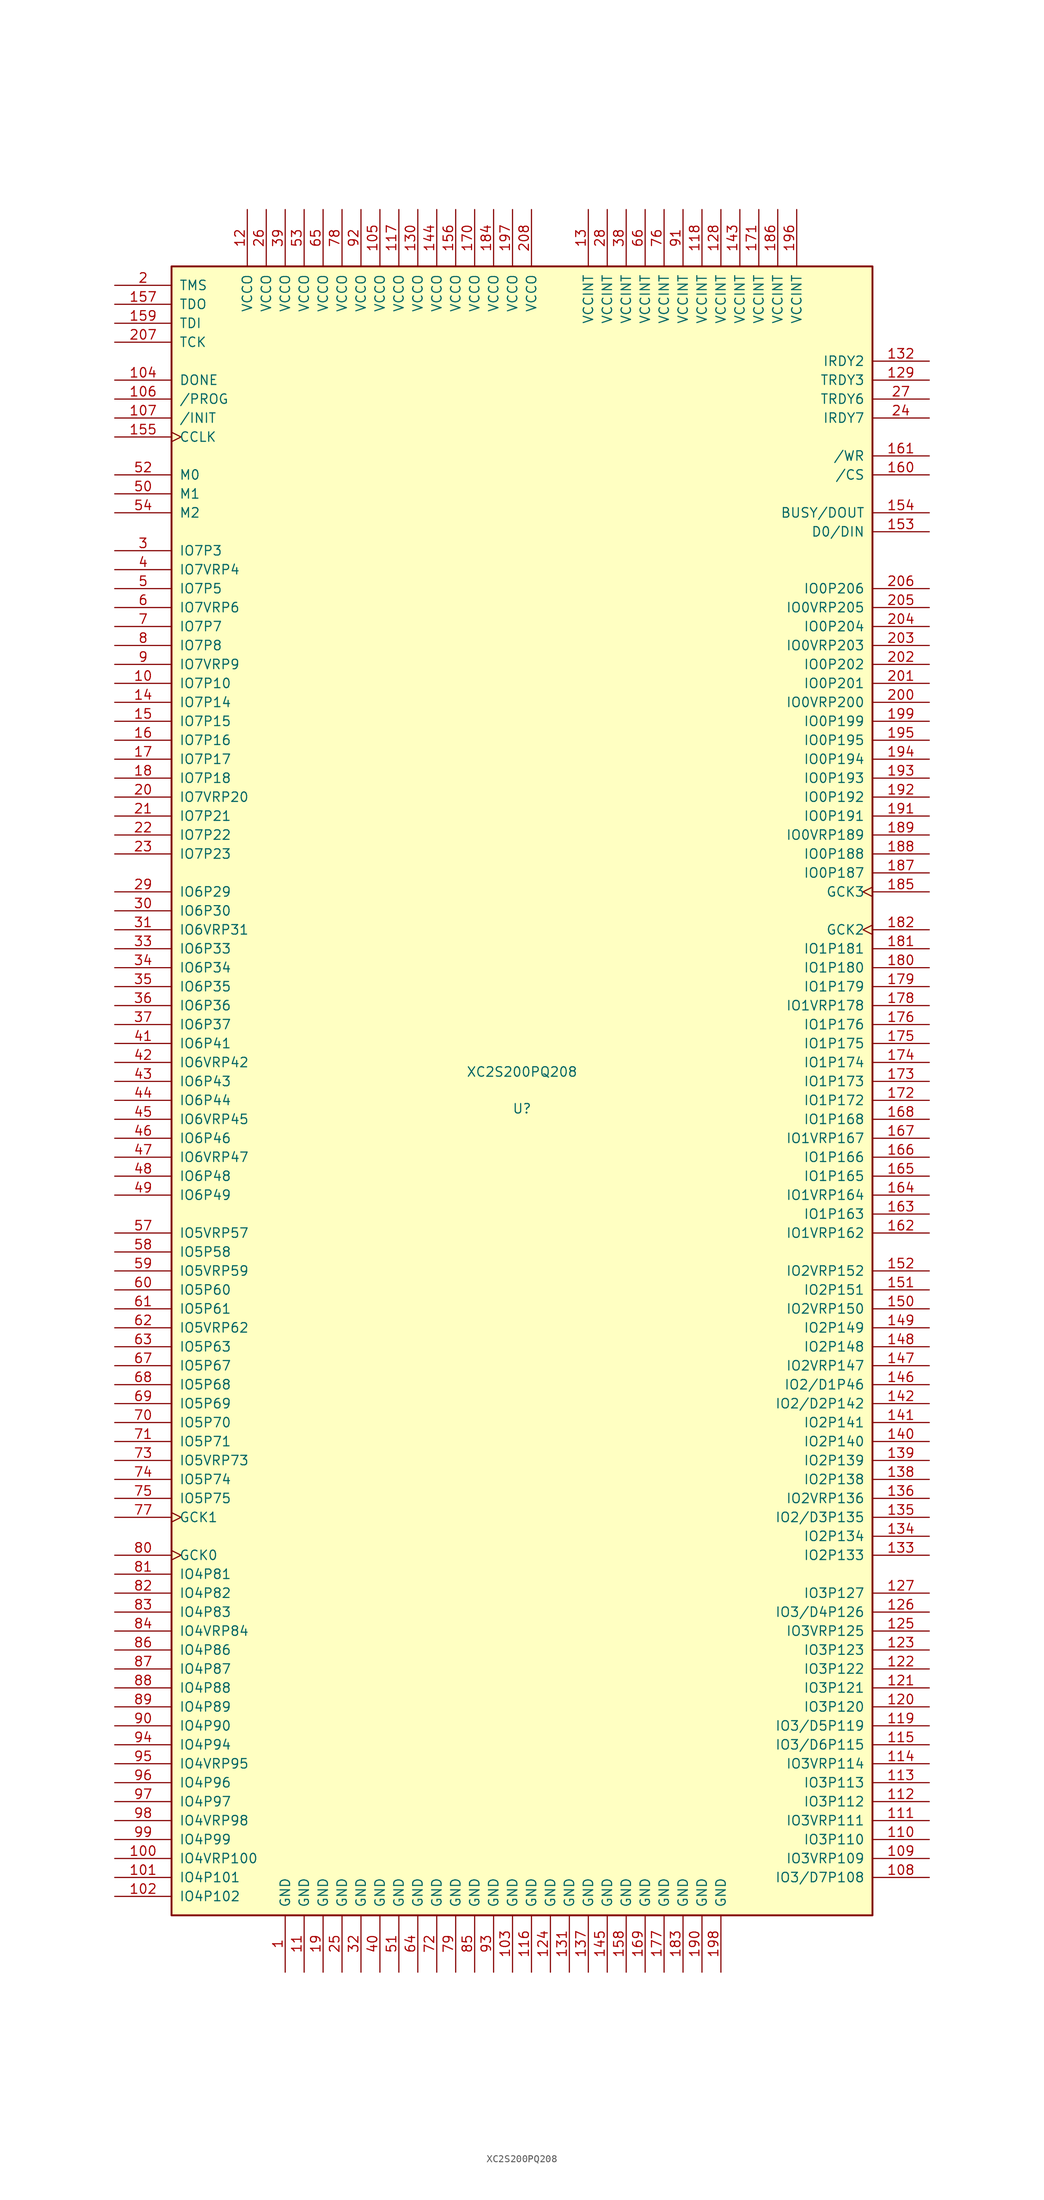
<source format=kicad_sym>
(kicad_symbol_lib
  (version 20201005)
  (generator kicad_symbol_editor)
  (symbol "FPGA_Xilinx:XC2S200PQ208"
    (pin_names
      (offset 1.016))
    (property "Reference" "U"
      (at 0 -2.388 0)
      (effects (font (size 1.27 1.27))))
    (property "Value" "XC2S200PQ208"
      (at 0 2.54 0)
      (effects (font (size 1.27 1.27))))
    (symbol "XC2S200PQ208_0_1"
      (rectangle (start -46.99 110.49) (end 46.99 -110.49) (stroke (width 0.254)) (fill (type background))))
    (symbol "XC2S200PQ208_1_1"
      (pin passive line (at -31.75 -118.11 90) (length 7.62) (name "GND" (effects (font (size 1.27 1.27)))) (number "1" (effects (font (size 1.27 1.27)))))
      (pin bidirectional line (at -54.61 54.61 0) (length 7.62) (name "IO7P10" (effects (font (size 1.27 1.27)))) (number "10" (effects (font (size 1.27 1.27)))))
      (pin bidirectional line (at -54.61 -102.87 0) (length 7.62) (name "IO4VRP100" (effects (font (size 1.27 1.27)))) (number "100" (effects (font (size 1.27 1.27)))))
      (pin bidirectional line (at -54.61 -105.41 0) (length 7.62) (name "IO4P101" (effects (font (size 1.27 1.27)))) (number "101" (effects (font (size 1.27 1.27)))))
      (pin bidirectional line (at -54.61 -107.95 0) (length 7.62) (name "IO4P102" (effects (font (size 1.27 1.27)))) (number "102" (effects (font (size 1.27 1.27)))))
      (pin passive line (at -1.27 -118.11 90) (length 7.62) (name "GND" (effects (font (size 1.27 1.27)))) (number "103" (effects (font (size 1.27 1.27)))))
      (pin bidirectional line (at -54.61 95.25 0) (length 7.62) (name "DONE" (effects (font (size 1.27 1.27)))) (number "104" (effects (font (size 1.27 1.27)))))
      (pin passive line (at -19.05 118.11 270) (length 7.62) (name "VCCO" (effects (font (size 1.27 1.27)))) (number "105" (effects (font (size 1.27 1.27)))))
      (pin input line (at -54.61 92.71 0) (length 7.62) (name "/PROG" (effects (font (size 1.27 1.27)))) (number "106" (effects (font (size 1.27 1.27)))))
      (pin bidirectional line (at -54.61 90.17 0) (length 7.62) (name "/INIT" (effects (font (size 1.27 1.27)))) (number "107" (effects (font (size 1.27 1.27)))))
      (pin bidirectional line (at 54.61 -105.41 180) (length 7.62) (name "IO3/D7P108" (effects (font (size 1.27 1.27)))) (number "108" (effects (font (size 1.27 1.27)))))
      (pin bidirectional line (at 54.61 -102.87 180) (length 7.62) (name "IO3VRP109" (effects (font (size 1.27 1.27)))) (number "109" (effects (font (size 1.27 1.27)))))
      (pin passive line (at -29.21 -118.11 90) (length 7.62) (name "GND" (effects (font (size 1.27 1.27)))) (number "11" (effects (font (size 1.27 1.27)))))
      (pin bidirectional line (at 54.61 -100.33 180) (length 7.62) (name "IO3P110" (effects (font (size 1.27 1.27)))) (number "110" (effects (font (size 1.27 1.27)))))
      (pin bidirectional line (at 54.61 -97.79 180) (length 7.62) (name "IO3VRP111" (effects (font (size 1.27 1.27)))) (number "111" (effects (font (size 1.27 1.27)))))
      (pin bidirectional line (at 54.61 -95.25 180) (length 7.62) (name "IO3P112" (effects (font (size 1.27 1.27)))) (number "112" (effects (font (size 1.27 1.27)))))
      (pin bidirectional line (at 54.61 -92.71 180) (length 7.62) (name "IO3P113" (effects (font (size 1.27 1.27)))) (number "113" (effects (font (size 1.27 1.27)))))
      (pin bidirectional line (at 54.61 -90.17 180) (length 7.62) (name "IO3VRP114" (effects (font (size 1.27 1.27)))) (number "114" (effects (font (size 1.27 1.27)))))
      (pin bidirectional line (at 54.61 -87.63 180) (length 7.62) (name "IO3/D6P115" (effects (font (size 1.27 1.27)))) (number "115" (effects (font (size 1.27 1.27)))))
      (pin passive line (at 1.27 -118.11 90) (length 7.62) (name "GND" (effects (font (size 1.27 1.27)))) (number "116" (effects (font (size 1.27 1.27)))))
      (pin passive line (at -16.51 118.11 270) (length 7.62) (name "VCCO" (effects (font (size 1.27 1.27)))) (number "117" (effects (font (size 1.27 1.27)))))
      (pin passive line (at 24.13 118.11 270) (length 7.62) (name "VCCINT" (effects (font (size 1.27 1.27)))) (number "118" (effects (font (size 1.27 1.27)))))
      (pin bidirectional line (at 54.61 -85.09 180) (length 7.62) (name "IO3/D5P119" (effects (font (size 1.27 1.27)))) (number "119" (effects (font (size 1.27 1.27)))))
      (pin passive line (at -36.83 118.11 270) (length 7.62) (name "VCCO" (effects (font (size 1.27 1.27)))) (number "12" (effects (font (size 1.27 1.27)))))
      (pin bidirectional line (at 54.61 -82.55 180) (length 7.62) (name "IO3P120" (effects (font (size 1.27 1.27)))) (number "120" (effects (font (size 1.27 1.27)))))
      (pin bidirectional line (at 54.61 -80.01 180) (length 7.62) (name "IO3P121" (effects (font (size 1.27 1.27)))) (number "121" (effects (font (size 1.27 1.27)))))
      (pin bidirectional line (at 54.61 -77.47 180) (length 7.62) (name "IO3P122" (effects (font (size 1.27 1.27)))) (number "122" (effects (font (size 1.27 1.27)))))
      (pin bidirectional line (at 54.61 -74.93 180) (length 7.62) (name "IO3P123" (effects (font (size 1.27 1.27)))) (number "123" (effects (font (size 1.27 1.27)))))
      (pin passive line (at 3.81 -118.11 90) (length 7.62) (name "GND" (effects (font (size 1.27 1.27)))) (number "124" (effects (font (size 1.27 1.27)))))
      (pin bidirectional line (at 54.61 -72.39 180) (length 7.62) (name "IO3VRP125" (effects (font (size 1.27 1.27)))) (number "125" (effects (font (size 1.27 1.27)))))
      (pin bidirectional line (at 54.61 -69.85 180) (length 7.62) (name "IO3/D4P126" (effects (font (size 1.27 1.27)))) (number "126" (effects (font (size 1.27 1.27)))))
      (pin bidirectional line (at 54.61 -67.31 180) (length 7.62) (name "IO3P127" (effects (font (size 1.27 1.27)))) (number "127" (effects (font (size 1.27 1.27)))))
      (pin passive line (at 26.67 118.11 270) (length 7.62) (name "VCCINT" (effects (font (size 1.27 1.27)))) (number "128" (effects (font (size 1.27 1.27)))))
      (pin bidirectional line (at 54.61 95.25 180) (length 7.62) (name "TRDY3" (effects (font (size 1.27 1.27)))) (number "129" (effects (font (size 1.27 1.27)))))
      (pin passive line (at 8.89 118.11 270) (length 7.62) (name "VCCINT" (effects (font (size 1.27 1.27)))) (number "13" (effects (font (size 1.27 1.27)))))
      (pin passive line (at -13.97 118.11 270) (length 7.62) (name "VCCO" (effects (font (size 1.27 1.27)))) (number "130" (effects (font (size 1.27 1.27)))))
      (pin passive line (at 6.35 -118.11 90) (length 7.62) (name "GND" (effects (font (size 1.27 1.27)))) (number "131" (effects (font (size 1.27 1.27)))))
      (pin bidirectional line (at 54.61 97.79 180) (length 7.62) (name "IRDY2" (effects (font (size 1.27 1.27)))) (number "132" (effects (font (size 1.27 1.27)))))
      (pin bidirectional line (at 54.61 -62.23 180) (length 7.62) (name "IO2P133" (effects (font (size 1.27 1.27)))) (number "133" (effects (font (size 1.27 1.27)))))
      (pin bidirectional line (at 54.61 -59.69 180) (length 7.62) (name "IO2P134" (effects (font (size 1.27 1.27)))) (number "134" (effects (font (size 1.27 1.27)))))
      (pin bidirectional line (at 54.61 -57.15 180) (length 7.62) (name "IO2/D3P135" (effects (font (size 1.27 1.27)))) (number "135" (effects (font (size 1.27 1.27)))))
      (pin bidirectional line (at 54.61 -54.61 180) (length 7.62) (name "IO2VRP136" (effects (font (size 1.27 1.27)))) (number "136" (effects (font (size 1.27 1.27)))))
      (pin passive line (at 8.89 -118.11 90) (length 7.62) (name "GND" (effects (font (size 1.27 1.27)))) (number "137" (effects (font (size 1.27 1.27)))))
      (pin bidirectional line (at 54.61 -52.07 180) (length 7.62) (name "IO2P138" (effects (font (size 1.27 1.27)))) (number "138" (effects (font (size 1.27 1.27)))))
      (pin bidirectional line (at 54.61 -49.53 180) (length 7.62) (name "IO2P139" (effects (font (size 1.27 1.27)))) (number "139" (effects (font (size 1.27 1.27)))))
      (pin bidirectional line (at -54.61 52.07 0) (length 7.62) (name "IO7P14" (effects (font (size 1.27 1.27)))) (number "14" (effects (font (size 1.27 1.27)))))
      (pin bidirectional line (at 54.61 -46.99 180) (length 7.62) (name "IO2P140" (effects (font (size 1.27 1.27)))) (number "140" (effects (font (size 1.27 1.27)))))
      (pin bidirectional line (at 54.61 -44.45 180) (length 7.62) (name "IO2P141" (effects (font (size 1.27 1.27)))) (number "141" (effects (font (size 1.27 1.27)))))
      (pin bidirectional line (at 54.61 -41.91 180) (length 7.62) (name "IO2/D2P142" (effects (font (size 1.27 1.27)))) (number "142" (effects (font (size 1.27 1.27)))))
      (pin passive line (at 29.21 118.11 270) (length 7.62) (name "VCCINT" (effects (font (size 1.27 1.27)))) (number "143" (effects (font (size 1.27 1.27)))))
      (pin passive line (at -11.43 118.11 270) (length 7.62) (name "VCCO" (effects (font (size 1.27 1.27)))) (number "144" (effects (font (size 1.27 1.27)))))
      (pin passive line (at 11.43 -118.11 90) (length 7.62) (name "GND" (effects (font (size 1.27 1.27)))) (number "145" (effects (font (size 1.27 1.27)))))
      (pin bidirectional line (at 54.61 -39.37 180) (length 7.62) (name "IO2/D1P46" (effects (font (size 1.27 1.27)))) (number "146" (effects (font (size 1.27 1.27)))))
      (pin bidirectional line (at 54.61 -36.83 180) (length 7.62) (name "IO2VRP147" (effects (font (size 1.27 1.27)))) (number "147" (effects (font (size 1.27 1.27)))))
      (pin bidirectional line (at 54.61 -34.29 180) (length 7.62) (name "IO2P148" (effects (font (size 1.27 1.27)))) (number "148" (effects (font (size 1.27 1.27)))))
      (pin bidirectional line (at 54.61 -31.75 180) (length 7.62) (name "IO2P149" (effects (font (size 1.27 1.27)))) (number "149" (effects (font (size 1.27 1.27)))))
      (pin bidirectional line (at -54.61 49.53 0) (length 7.62) (name "IO7P15" (effects (font (size 1.27 1.27)))) (number "15" (effects (font (size 1.27 1.27)))))
      (pin bidirectional line (at 54.61 -29.21 180) (length 7.62) (name "IO2VRP150" (effects (font (size 1.27 1.27)))) (number "150" (effects (font (size 1.27 1.27)))))
      (pin bidirectional line (at 54.61 -26.67 180) (length 7.62) (name "IO2P151" (effects (font (size 1.27 1.27)))) (number "151" (effects (font (size 1.27 1.27)))))
      (pin bidirectional line (at 54.61 -24.13 180) (length 7.62) (name "IO2VRP152" (effects (font (size 1.27 1.27)))) (number "152" (effects (font (size 1.27 1.27)))))
      (pin bidirectional line (at 54.61 74.93 180) (length 7.62) (name "D0/DIN" (effects (font (size 1.27 1.27)))) (number "153" (effects (font (size 1.27 1.27)))))
      (pin bidirectional line (at 54.61 77.47 180) (length 7.62) (name "BUSY/DOUT" (effects (font (size 1.27 1.27)))) (number "154" (effects (font (size 1.27 1.27)))))
      (pin bidirectional clock (at -54.61 87.63 0) (length 7.62) (name "CCLK" (effects (font (size 1.27 1.27)))) (number "155" (effects (font (size 1.27 1.27)))))
      (pin passive line (at -8.89 118.11 270) (length 7.62) (name "VCCO" (effects (font (size 1.27 1.27)))) (number "156" (effects (font (size 1.27 1.27)))))
      (pin bidirectional line (at -54.61 105.41 0) (length 7.62) (name "TDO" (effects (font (size 1.27 1.27)))) (number "157" (effects (font (size 1.27 1.27)))))
      (pin passive line (at 13.97 -118.11 90) (length 7.62) (name "GND" (effects (font (size 1.27 1.27)))) (number "158" (effects (font (size 1.27 1.27)))))
      (pin bidirectional line (at -54.61 102.87 0) (length 7.62) (name "TDI" (effects (font (size 1.27 1.27)))) (number "159" (effects (font (size 1.27 1.27)))))
      (pin bidirectional line (at -54.61 46.99 0) (length 7.62) (name "IO7P16" (effects (font (size 1.27 1.27)))) (number "16" (effects (font (size 1.27 1.27)))))
      (pin bidirectional line (at 54.61 82.55 180) (length 7.62) (name "/CS" (effects (font (size 1.27 1.27)))) (number "160" (effects (font (size 1.27 1.27)))))
      (pin bidirectional line (at 54.61 85.09 180) (length 7.62) (name "/WR" (effects (font (size 1.27 1.27)))) (number "161" (effects (font (size 1.27 1.27)))))
      (pin bidirectional line (at 54.61 -19.05 180) (length 7.62) (name "IO1VRP162" (effects (font (size 1.27 1.27)))) (number "162" (effects (font (size 1.27 1.27)))))
      (pin bidirectional line (at 54.61 -16.51 180) (length 7.62) (name "IO1P163" (effects (font (size 1.27 1.27)))) (number "163" (effects (font (size 1.27 1.27)))))
      (pin bidirectional line (at 54.61 -13.97 180) (length 7.62) (name "IO1VRP164" (effects (font (size 1.27 1.27)))) (number "164" (effects (font (size 1.27 1.27)))))
      (pin bidirectional line (at 54.61 -11.43 180) (length 7.62) (name "IO1P165" (effects (font (size 1.27 1.27)))) (number "165" (effects (font (size 1.27 1.27)))))
      (pin bidirectional line (at 54.61 -8.89 180) (length 7.62) (name "IO1P166" (effects (font (size 1.27 1.27)))) (number "166" (effects (font (size 1.27 1.27)))))
      (pin bidirectional line (at 54.61 -6.35 180) (length 7.62) (name "IO1VRP167" (effects (font (size 1.27 1.27)))) (number "167" (effects (font (size 1.27 1.27)))))
      (pin bidirectional line (at 54.61 -3.81 180) (length 7.62) (name "IO1P168" (effects (font (size 1.27 1.27)))) (number "168" (effects (font (size 1.27 1.27)))))
      (pin passive line (at 16.51 -118.11 90) (length 7.62) (name "GND" (effects (font (size 1.27 1.27)))) (number "169" (effects (font (size 1.27 1.27)))))
      (pin bidirectional line (at -54.61 44.45 0) (length 7.62) (name "IO7P17" (effects (font (size 1.27 1.27)))) (number "17" (effects (font (size 1.27 1.27)))))
      (pin passive line (at -6.35 118.11 270) (length 7.62) (name "VCCO" (effects (font (size 1.27 1.27)))) (number "170" (effects (font (size 1.27 1.27)))))
      (pin passive line (at 31.75 118.11 270) (length 7.62) (name "VCCINT" (effects (font (size 1.27 1.27)))) (number "171" (effects (font (size 1.27 1.27)))))
      (pin bidirectional line (at 54.61 -1.27 180) (length 7.62) (name "IO1P172" (effects (font (size 1.27 1.27)))) (number "172" (effects (font (size 1.27 1.27)))))
      (pin bidirectional line (at 54.61 1.27 180) (length 7.62) (name "IO1P173" (effects (font (size 1.27 1.27)))) (number "173" (effects (font (size 1.27 1.27)))))
      (pin bidirectional line (at 54.61 3.81 180) (length 7.62) (name "IO1P174" (effects (font (size 1.27 1.27)))) (number "174" (effects (font (size 1.27 1.27)))))
      (pin bidirectional line (at 54.61 6.35 180) (length 7.62) (name "IO1P175" (effects (font (size 1.27 1.27)))) (number "175" (effects (font (size 1.27 1.27)))))
      (pin bidirectional line (at 54.61 8.89 180) (length 7.62) (name "IO1P176" (effects (font (size 1.27 1.27)))) (number "176" (effects (font (size 1.27 1.27)))))
      (pin passive line (at 19.05 -118.11 90) (length 7.62) (name "GND" (effects (font (size 1.27 1.27)))) (number "177" (effects (font (size 1.27 1.27)))))
      (pin bidirectional line (at 54.61 11.43 180) (length 7.62) (name "IO1VRP178" (effects (font (size 1.27 1.27)))) (number "178" (effects (font (size 1.27 1.27)))))
      (pin bidirectional line (at 54.61 13.97 180) (length 7.62) (name "IO1P179" (effects (font (size 1.27 1.27)))) (number "179" (effects (font (size 1.27 1.27)))))
      (pin bidirectional line (at -54.61 41.91 0) (length 7.62) (name "IO7P18" (effects (font (size 1.27 1.27)))) (number "18" (effects (font (size 1.27 1.27)))))
      (pin bidirectional line (at 54.61 16.51 180) (length 7.62) (name "IO1P180" (effects (font (size 1.27 1.27)))) (number "180" (effects (font (size 1.27 1.27)))))
      (pin bidirectional line (at 54.61 19.05 180) (length 7.62) (name "IO1P181" (effects (font (size 1.27 1.27)))) (number "181" (effects (font (size 1.27 1.27)))))
      (pin input clock (at 54.61 21.59 180) (length 7.62) (name "GCK2" (effects (font (size 1.27 1.27)))) (number "182" (effects (font (size 1.27 1.27)))))
      (pin passive line (at 21.59 -118.11 90) (length 7.62) (name "GND" (effects (font (size 1.27 1.27)))) (number "183" (effects (font (size 1.27 1.27)))))
      (pin passive line (at -3.81 118.11 270) (length 7.62) (name "VCCO" (effects (font (size 1.27 1.27)))) (number "184" (effects (font (size 1.27 1.27)))))
      (pin input clock (at 54.61 26.67 180) (length 7.62) (name "GCK3" (effects (font (size 1.27 1.27)))) (number "185" (effects (font (size 1.27 1.27)))))
      (pin passive line (at 34.29 118.11 270) (length 7.62) (name "VCCINT" (effects (font (size 1.27 1.27)))) (number "186" (effects (font (size 1.27 1.27)))))
      (pin bidirectional line (at 54.61 29.21 180) (length 7.62) (name "IO0P187" (effects (font (size 1.27 1.27)))) (number "187" (effects (font (size 1.27 1.27)))))
      (pin bidirectional line (at 54.61 31.75 180) (length 7.62) (name "IO0P188" (effects (font (size 1.27 1.27)))) (number "188" (effects (font (size 1.27 1.27)))))
      (pin bidirectional line (at 54.61 34.29 180) (length 7.62) (name "IO0VRP189" (effects (font (size 1.27 1.27)))) (number "189" (effects (font (size 1.27 1.27)))))
      (pin passive line (at -26.67 -118.11 90) (length 7.62) (name "GND" (effects (font (size 1.27 1.27)))) (number "19" (effects (font (size 1.27 1.27)))))
      (pin passive line (at 24.13 -118.11 90) (length 7.62) (name "GND" (effects (font (size 1.27 1.27)))) (number "190" (effects (font (size 1.27 1.27)))))
      (pin bidirectional line (at 54.61 36.83 180) (length 7.62) (name "IO0P191" (effects (font (size 1.27 1.27)))) (number "191" (effects (font (size 1.27 1.27)))))
      (pin bidirectional line (at 54.61 39.37 180) (length 7.62) (name "IO0P192" (effects (font (size 1.27 1.27)))) (number "192" (effects (font (size 1.27 1.27)))))
      (pin bidirectional line (at 54.61 41.91 180) (length 7.62) (name "IO0P193" (effects (font (size 1.27 1.27)))) (number "193" (effects (font (size 1.27 1.27)))))
      (pin bidirectional line (at 54.61 44.45 180) (length 7.62) (name "IO0P194" (effects (font (size 1.27 1.27)))) (number "194" (effects (font (size 1.27 1.27)))))
      (pin bidirectional line (at 54.61 46.99 180) (length 7.62) (name "IO0P195" (effects (font (size 1.27 1.27)))) (number "195" (effects (font (size 1.27 1.27)))))
      (pin passive line (at 36.83 118.11 270) (length 7.62) (name "VCCINT" (effects (font (size 1.27 1.27)))) (number "196" (effects (font (size 1.27 1.27)))))
      (pin passive line (at -1.27 118.11 270) (length 7.62) (name "VCCO" (effects (font (size 1.27 1.27)))) (number "197" (effects (font (size 1.27 1.27)))))
      (pin passive line (at 26.67 -118.11 90) (length 7.62) (name "GND" (effects (font (size 1.27 1.27)))) (number "198" (effects (font (size 1.27 1.27)))))
      (pin bidirectional line (at 54.61 49.53 180) (length 7.62) (name "IO0P199" (effects (font (size 1.27 1.27)))) (number "199" (effects (font (size 1.27 1.27)))))
      (pin bidirectional line (at -54.61 107.95 0) (length 7.62) (name "TMS" (effects (font (size 1.27 1.27)))) (number "2" (effects (font (size 1.27 1.27)))))
      (pin bidirectional line (at -54.61 39.37 0) (length 7.62) (name "IO7VRP20" (effects (font (size 1.27 1.27)))) (number "20" (effects (font (size 1.27 1.27)))))
      (pin bidirectional line (at 54.61 52.07 180) (length 7.62) (name "IO0VRP200" (effects (font (size 1.27 1.27)))) (number "200" (effects (font (size 1.27 1.27)))))
      (pin bidirectional line (at 54.61 54.61 180) (length 7.62) (name "IO0P201" (effects (font (size 1.27 1.27)))) (number "201" (effects (font (size 1.27 1.27)))))
      (pin bidirectional line (at 54.61 57.15 180) (length 7.62) (name "IO0P202" (effects (font (size 1.27 1.27)))) (number "202" (effects (font (size 1.27 1.27)))))
      (pin bidirectional line (at 54.61 59.69 180) (length 7.62) (name "IO0VRP203" (effects (font (size 1.27 1.27)))) (number "203" (effects (font (size 1.27 1.27)))))
      (pin bidirectional line (at 54.61 62.23 180) (length 7.62) (name "IO0P204" (effects (font (size 1.27 1.27)))) (number "204" (effects (font (size 1.27 1.27)))))
      (pin bidirectional line (at 54.61 64.77 180) (length 7.62) (name "IO0VRP205" (effects (font (size 1.27 1.27)))) (number "205" (effects (font (size 1.27 1.27)))))
      (pin bidirectional line (at 54.61 67.31 180) (length 7.62) (name "IO0P206" (effects (font (size 1.27 1.27)))) (number "206" (effects (font (size 1.27 1.27)))))
      (pin bidirectional line (at -54.61 100.33 0) (length 7.62) (name "TCK" (effects (font (size 1.27 1.27)))) (number "207" (effects (font (size 1.27 1.27)))))
      (pin passive line (at 1.27 118.11 270) (length 7.62) (name "VCCO" (effects (font (size 1.27 1.27)))) (number "208" (effects (font (size 1.27 1.27)))))
      (pin bidirectional line (at -54.61 36.83 0) (length 7.62) (name "IO7P21" (effects (font (size 1.27 1.27)))) (number "21" (effects (font (size 1.27 1.27)))))
      (pin bidirectional line (at -54.61 34.29 0) (length 7.62) (name "IO7P22" (effects (font (size 1.27 1.27)))) (number "22" (effects (font (size 1.27 1.27)))))
      (pin bidirectional line (at -54.61 31.75 0) (length 7.62) (name "IO7P23" (effects (font (size 1.27 1.27)))) (number "23" (effects (font (size 1.27 1.27)))))
      (pin bidirectional line (at 54.61 90.17 180) (length 7.62) (name "IRDY7" (effects (font (size 1.27 1.27)))) (number "24" (effects (font (size 1.27 1.27)))))
      (pin passive line (at -24.13 -118.11 90) (length 7.62) (name "GND" (effects (font (size 1.27 1.27)))) (number "25" (effects (font (size 1.27 1.27)))))
      (pin passive line (at -34.29 118.11 270) (length 7.62) (name "VCCO" (effects (font (size 1.27 1.27)))) (number "26" (effects (font (size 1.27 1.27)))))
      (pin bidirectional line (at 54.61 92.71 180) (length 7.62) (name "TRDY6" (effects (font (size 1.27 1.27)))) (number "27" (effects (font (size 1.27 1.27)))))
      (pin passive line (at 11.43 118.11 270) (length 7.62) (name "VCCINT" (effects (font (size 1.27 1.27)))) (number "28" (effects (font (size 1.27 1.27)))))
      (pin bidirectional line (at -54.61 26.67 0) (length 7.62) (name "IO6P29" (effects (font (size 1.27 1.27)))) (number "29" (effects (font (size 1.27 1.27)))))
      (pin bidirectional line (at -54.61 72.39 0) (length 7.62) (name "IO7P3" (effects (font (size 1.27 1.27)))) (number "3" (effects (font (size 1.27 1.27)))))
      (pin bidirectional line (at -54.61 24.13 0) (length 7.62) (name "IO6P30" (effects (font (size 1.27 1.27)))) (number "30" (effects (font (size 1.27 1.27)))))
      (pin bidirectional line (at -54.61 21.59 0) (length 7.62) (name "IO6VRP31" (effects (font (size 1.27 1.27)))) (number "31" (effects (font (size 1.27 1.27)))))
      (pin passive line (at -21.59 -118.11 90) (length 7.62) (name "GND" (effects (font (size 1.27 1.27)))) (number "32" (effects (font (size 1.27 1.27)))))
      (pin bidirectional line (at -54.61 19.05 0) (length 7.62) (name "IO6P33" (effects (font (size 1.27 1.27)))) (number "33" (effects (font (size 1.27 1.27)))))
      (pin bidirectional line (at -54.61 16.51 0) (length 7.62) (name "IO6P34" (effects (font (size 1.27 1.27)))) (number "34" (effects (font (size 1.27 1.27)))))
      (pin bidirectional line (at -54.61 13.97 0) (length 7.62) (name "IO6P35" (effects (font (size 1.27 1.27)))) (number "35" (effects (font (size 1.27 1.27)))))
      (pin bidirectional line (at -54.61 11.43 0) (length 7.62) (name "IO6P36" (effects (font (size 1.27 1.27)))) (number "36" (effects (font (size 1.27 1.27)))))
      (pin bidirectional line (at -54.61 8.89 0) (length 7.62) (name "IO6P37" (effects (font (size 1.27 1.27)))) (number "37" (effects (font (size 1.27 1.27)))))
      (pin passive line (at 13.97 118.11 270) (length 7.62) (name "VCCINT" (effects (font (size 1.27 1.27)))) (number "38" (effects (font (size 1.27 1.27)))))
      (pin passive line (at -31.75 118.11 270) (length 7.62) (name "VCCO" (effects (font (size 1.27 1.27)))) (number "39" (effects (font (size 1.27 1.27)))))
      (pin bidirectional line (at -54.61 69.85 0) (length 7.62) (name "IO7VRP4" (effects (font (size 1.27 1.27)))) (number "4" (effects (font (size 1.27 1.27)))))
      (pin passive line (at -19.05 -118.11 90) (length 7.62) (name "GND" (effects (font (size 1.27 1.27)))) (number "40" (effects (font (size 1.27 1.27)))))
      (pin bidirectional line (at -54.61 6.35 0) (length 7.62) (name "IO6P41" (effects (font (size 1.27 1.27)))) (number "41" (effects (font (size 1.27 1.27)))))
      (pin bidirectional line (at -54.61 3.81 0) (length 7.62) (name "IO6VRP42" (effects (font (size 1.27 1.27)))) (number "42" (effects (font (size 1.27 1.27)))))
      (pin bidirectional line (at -54.61 1.27 0) (length 7.62) (name "IO6P43" (effects (font (size 1.27 1.27)))) (number "43" (effects (font (size 1.27 1.27)))))
      (pin bidirectional line (at -54.61 -1.27 0) (length 7.62) (name "IO6P44" (effects (font (size 1.27 1.27)))) (number "44" (effects (font (size 1.27 1.27)))))
      (pin bidirectional line (at -54.61 -3.81 0) (length 7.62) (name "IO6VRP45" (effects (font (size 1.27 1.27)))) (number "45" (effects (font (size 1.27 1.27)))))
      (pin bidirectional line (at -54.61 -6.35 0) (length 7.62) (name "IO6P46" (effects (font (size 1.27 1.27)))) (number "46" (effects (font (size 1.27 1.27)))))
      (pin bidirectional line (at -54.61 -8.89 0) (length 7.62) (name "IO6VRP47" (effects (font (size 1.27 1.27)))) (number "47" (effects (font (size 1.27 1.27)))))
      (pin bidirectional line (at -54.61 -11.43 0) (length 7.62) (name "IO6P48" (effects (font (size 1.27 1.27)))) (number "48" (effects (font (size 1.27 1.27)))))
      (pin bidirectional line (at -54.61 -13.97 0) (length 7.62) (name "IO6P49" (effects (font (size 1.27 1.27)))) (number "49" (effects (font (size 1.27 1.27)))))
      (pin bidirectional line (at -54.61 67.31 0) (length 7.62) (name "IO7P5" (effects (font (size 1.27 1.27)))) (number "5" (effects (font (size 1.27 1.27)))))
      (pin input line (at -54.61 80.01 0) (length 7.62) (name "M1" (effects (font (size 1.27 1.27)))) (number "50" (effects (font (size 1.27 1.27)))))
      (pin passive line (at -16.51 -118.11 90) (length 7.62) (name "GND" (effects (font (size 1.27 1.27)))) (number "51" (effects (font (size 1.27 1.27)))))
      (pin input line (at -54.61 82.55 0) (length 7.62) (name "M0" (effects (font (size 1.27 1.27)))) (number "52" (effects (font (size 1.27 1.27)))))
      (pin passive line (at -29.21 118.11 270) (length 7.62) (name "VCCO" (effects (font (size 1.27 1.27)))) (number "53" (effects (font (size 1.27 1.27)))))
      (pin input line (at -54.61 77.47 0) (length 7.62) (name "M2" (effects (font (size 1.27 1.27)))) (number "54" (effects (font (size 1.27 1.27)))))
      (pin bidirectional line (at -54.61 -19.05 0) (length 7.62) (name "IO5VRP57" (effects (font (size 1.27 1.27)))) (number "57" (effects (font (size 1.27 1.27)))))
      (pin bidirectional line (at -54.61 -21.59 0) (length 7.62) (name "IO5P58" (effects (font (size 1.27 1.27)))) (number "58" (effects (font (size 1.27 1.27)))))
      (pin bidirectional line (at -54.61 -24.13 0) (length 7.62) (name "IO5VRP59" (effects (font (size 1.27 1.27)))) (number "59" (effects (font (size 1.27 1.27)))))
      (pin bidirectional line (at -54.61 64.77 0) (length 7.62) (name "IO7VRP6" (effects (font (size 1.27 1.27)))) (number "6" (effects (font (size 1.27 1.27)))))
      (pin bidirectional line (at -54.61 -26.67 0) (length 7.62) (name "IO5P60" (effects (font (size 1.27 1.27)))) (number "60" (effects (font (size 1.27 1.27)))))
      (pin bidirectional line (at -54.61 -29.21 0) (length 7.62) (name "IO5P61" (effects (font (size 1.27 1.27)))) (number "61" (effects (font (size 1.27 1.27)))))
      (pin bidirectional line (at -54.61 -31.75 0) (length 7.62) (name "IO5VRP62" (effects (font (size 1.27 1.27)))) (number "62" (effects (font (size 1.27 1.27)))))
      (pin bidirectional line (at -54.61 -34.29 0) (length 7.62) (name "IO5P63" (effects (font (size 1.27 1.27)))) (number "63" (effects (font (size 1.27 1.27)))))
      (pin passive line (at -13.97 -118.11 90) (length 7.62) (name "GND" (effects (font (size 1.27 1.27)))) (number "64" (effects (font (size 1.27 1.27)))))
      (pin passive line (at -26.67 118.11 270) (length 7.62) (name "VCCO" (effects (font (size 1.27 1.27)))) (number "65" (effects (font (size 1.27 1.27)))))
      (pin passive line (at 16.51 118.11 270) (length 7.62) (name "VCCINT" (effects (font (size 1.27 1.27)))) (number "66" (effects (font (size 1.27 1.27)))))
      (pin bidirectional line (at -54.61 -36.83 0) (length 7.62) (name "IO5P67" (effects (font (size 1.27 1.27)))) (number "67" (effects (font (size 1.27 1.27)))))
      (pin bidirectional line (at -54.61 -39.37 0) (length 7.62) (name "IO5P68" (effects (font (size 1.27 1.27)))) (number "68" (effects (font (size 1.27 1.27)))))
      (pin bidirectional line (at -54.61 -41.91 0) (length 7.62) (name "IO5P69" (effects (font (size 1.27 1.27)))) (number "69" (effects (font (size 1.27 1.27)))))
      (pin bidirectional line (at -54.61 62.23 0) (length 7.62) (name "IO7P7" (effects (font (size 1.27 1.27)))) (number "7" (effects (font (size 1.27 1.27)))))
      (pin bidirectional line (at -54.61 -44.45 0) (length 7.62) (name "IO5P70" (effects (font (size 1.27 1.27)))) (number "70" (effects (font (size 1.27 1.27)))))
      (pin bidirectional line (at -54.61 -46.99 0) (length 7.62) (name "IO5P71" (effects (font (size 1.27 1.27)))) (number "71" (effects (font (size 1.27 1.27)))))
      (pin passive line (at -11.43 -118.11 90) (length 7.62) (name "GND" (effects (font (size 1.27 1.27)))) (number "72" (effects (font (size 1.27 1.27)))))
      (pin bidirectional line (at -54.61 -49.53 0) (length 7.62) (name "IO5VRP73" (effects (font (size 1.27 1.27)))) (number "73" (effects (font (size 1.27 1.27)))))
      (pin bidirectional line (at -54.61 -52.07 0) (length 7.62) (name "IO5P74" (effects (font (size 1.27 1.27)))) (number "74" (effects (font (size 1.27 1.27)))))
      (pin bidirectional line (at -54.61 -54.61 0) (length 7.62) (name "IO5P75" (effects (font (size 1.27 1.27)))) (number "75" (effects (font (size 1.27 1.27)))))
      (pin passive line (at 19.05 118.11 270) (length 7.62) (name "VCCINT" (effects (font (size 1.27 1.27)))) (number "76" (effects (font (size 1.27 1.27)))))
      (pin input clock (at -54.61 -57.15 0) (length 7.62) (name "GCK1" (effects (font (size 1.27 1.27)))) (number "77" (effects (font (size 1.27 1.27)))))
      (pin passive line (at -24.13 118.11 270) (length 7.62) (name "VCCO" (effects (font (size 1.27 1.27)))) (number "78" (effects (font (size 1.27 1.27)))))
      (pin passive line (at -8.89 -118.11 90) (length 7.62) (name "GND" (effects (font (size 1.27 1.27)))) (number "79" (effects (font (size 1.27 1.27)))))
      (pin bidirectional line (at -54.61 59.69 0) (length 7.62) (name "IO7P8" (effects (font (size 1.27 1.27)))) (number "8" (effects (font (size 1.27 1.27)))))
      (pin input clock (at -54.61 -62.23 0) (length 7.62) (name "GCK0" (effects (font (size 1.27 1.27)))) (number "80" (effects (font (size 1.27 1.27)))))
      (pin bidirectional line (at -54.61 -64.77 0) (length 7.62) (name "IO4P81" (effects (font (size 1.27 1.27)))) (number "81" (effects (font (size 1.27 1.27)))))
      (pin bidirectional line (at -54.61 -67.31 0) (length 7.62) (name "IO4P82" (effects (font (size 1.27 1.27)))) (number "82" (effects (font (size 1.27 1.27)))))
      (pin bidirectional line (at -54.61 -69.85 0) (length 7.62) (name "IO4P83" (effects (font (size 1.27 1.27)))) (number "83" (effects (font (size 1.27 1.27)))))
      (pin bidirectional line (at -54.61 -72.39 0) (length 7.62) (name "IO4VRP84" (effects (font (size 1.27 1.27)))) (number "84" (effects (font (size 1.27 1.27)))))
      (pin passive line (at -6.35 -118.11 90) (length 7.62) (name "GND" (effects (font (size 1.27 1.27)))) (number "85" (effects (font (size 1.27 1.27)))))
      (pin bidirectional line (at -54.61 -74.93 0) (length 7.62) (name "IO4P86" (effects (font (size 1.27 1.27)))) (number "86" (effects (font (size 1.27 1.27)))))
      (pin bidirectional line (at -54.61 -77.47 0) (length 7.62) (name "IO4P87" (effects (font (size 1.27 1.27)))) (number "87" (effects (font (size 1.27 1.27)))))
      (pin bidirectional line (at -54.61 -80.01 0) (length 7.62) (name "IO4P88" (effects (font (size 1.27 1.27)))) (number "88" (effects (font (size 1.27 1.27)))))
      (pin bidirectional line (at -54.61 -82.55 0) (length 7.62) (name "IO4P89" (effects (font (size 1.27 1.27)))) (number "89" (effects (font (size 1.27 1.27)))))
      (pin bidirectional line (at -54.61 57.15 0) (length 7.62) (name "IO7VRP9" (effects (font (size 1.27 1.27)))) (number "9" (effects (font (size 1.27 1.27)))))
      (pin bidirectional line (at -54.61 -85.09 0) (length 7.62) (name "IO4P90" (effects (font (size 1.27 1.27)))) (number "90" (effects (font (size 1.27 1.27)))))
      (pin passive line (at 21.59 118.11 270) (length 7.62) (name "VCCINT" (effects (font (size 1.27 1.27)))) (number "91" (effects (font (size 1.27 1.27)))))
      (pin passive line (at -21.59 118.11 270) (length 7.62) (name "VCCO" (effects (font (size 1.27 1.27)))) (number "92" (effects (font (size 1.27 1.27)))))
      (pin passive line (at -3.81 -118.11 90) (length 7.62) (name "GND" (effects (font (size 1.27 1.27)))) (number "93" (effects (font (size 1.27 1.27)))))
      (pin bidirectional line (at -54.61 -87.63 0) (length 7.62) (name "IO4P94" (effects (font (size 1.27 1.27)))) (number "94" (effects (font (size 1.27 1.27)))))
      (pin bidirectional line (at -54.61 -90.17 0) (length 7.62) (name "IO4VRP95" (effects (font (size 1.27 1.27)))) (number "95" (effects (font (size 1.27 1.27)))))
      (pin bidirectional line (at -54.61 -92.71 0) (length 7.62) (name "IO4P96" (effects (font (size 1.27 1.27)))) (number "96" (effects (font (size 1.27 1.27)))))
      (pin bidirectional line (at -54.61 -95.25 0) (length 7.62) (name "IO4P97" (effects (font (size 1.27 1.27)))) (number "97" (effects (font (size 1.27 1.27)))))
      (pin bidirectional line (at -54.61 -97.79 0) (length 7.62) (name "IO4VRP98" (effects (font (size 1.27 1.27)))) (number "98" (effects (font (size 1.27 1.27)))))
      (pin bidirectional line (at -54.61 -100.33 0) (length 7.62) (name "IO4P99" (effects (font (size 1.27 1.27)))) (number "99" (effects (font (size 1.27 1.27))))))))
</source>
